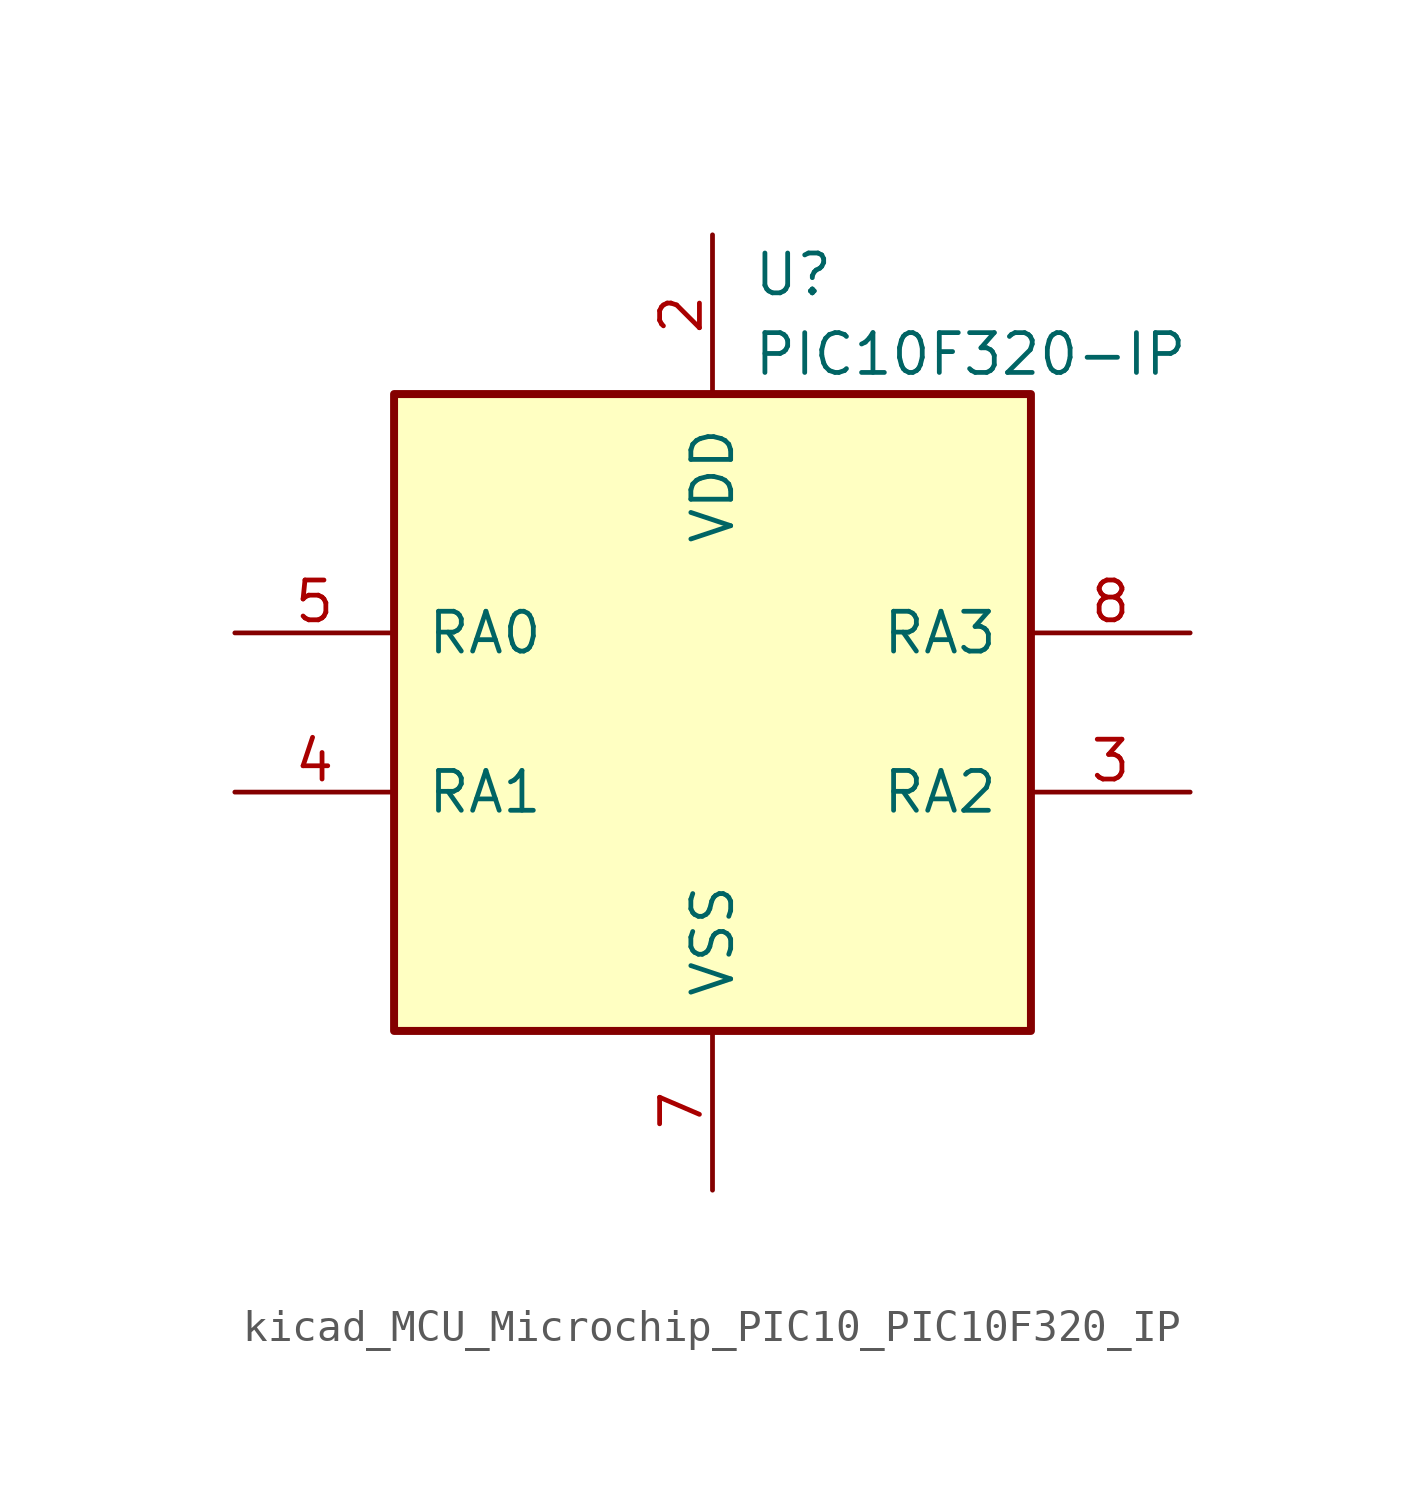
<source format=kicad_sym>
(kicad_symbol_lib
  (version 20220914)
  (generator kicad_symbol_editor)
  (symbol "kicad_MCU_Microchip_PIC10_PIC10F320_IP"
    (pin_names
      (offset 1.016))
    (property "Reference" "U"
      (at 1.27 13.97 0)
      (effects (font (size 1.27 1.27)) (justify left)))
    (property "Value" "PIC10F320-IP"
      (at 1.27 11.43 0)
      (effects (font (size 1.27 1.27)) (justify left)))
    (symbol "kicad_MCU_Microchip_PIC10_PIC10F320_IP_0_1"
      (rectangle (start -10.16 10.16) (end 10.16 -10.16) (stroke (width 0.254) (type default)) (fill (type background))))
    (symbol "kicad_MCU_Microchip_PIC10_PIC10F320_IP_1_1"
      (pin power_in line (at 0 15.24 270) (length 5.08) (name "VDD" (effects (font (size 1.27 1.27)))) (number "2" (effects (font (size 1.27 1.27)))))
      (pin bidirectional line (at 15.24 -2.54 180) (length 5.08) (name "RA2" (effects (font (size 1.27 1.27)))) (number "3" (effects (font (size 1.27 1.27)))))
      (pin bidirectional line (at -15.24 -2.54 0) (length 5.08) (name "RA1" (effects (font (size 1.27 1.27)))) (number "4" (effects (font (size 1.27 1.27)))))
      (pin bidirectional line (at -15.24 2.54 0) (length 5.08) (name "RA0" (effects (font (size 1.27 1.27)))) (number "5" (effects (font (size 1.27 1.27)))))
      (pin power_in line (at 0 -15.24 90) (length 5.08) (name "VSS" (effects (font (size 1.27 1.27)))) (number "7" (effects (font (size 1.27 1.27)))))
      (pin input line (at 15.24 2.54 180) (length 5.08) (name "RA3" (effects (font (size 1.27 1.27)))) (number "8" (effects (font (size 1.27 1.27))))))))
</source>
